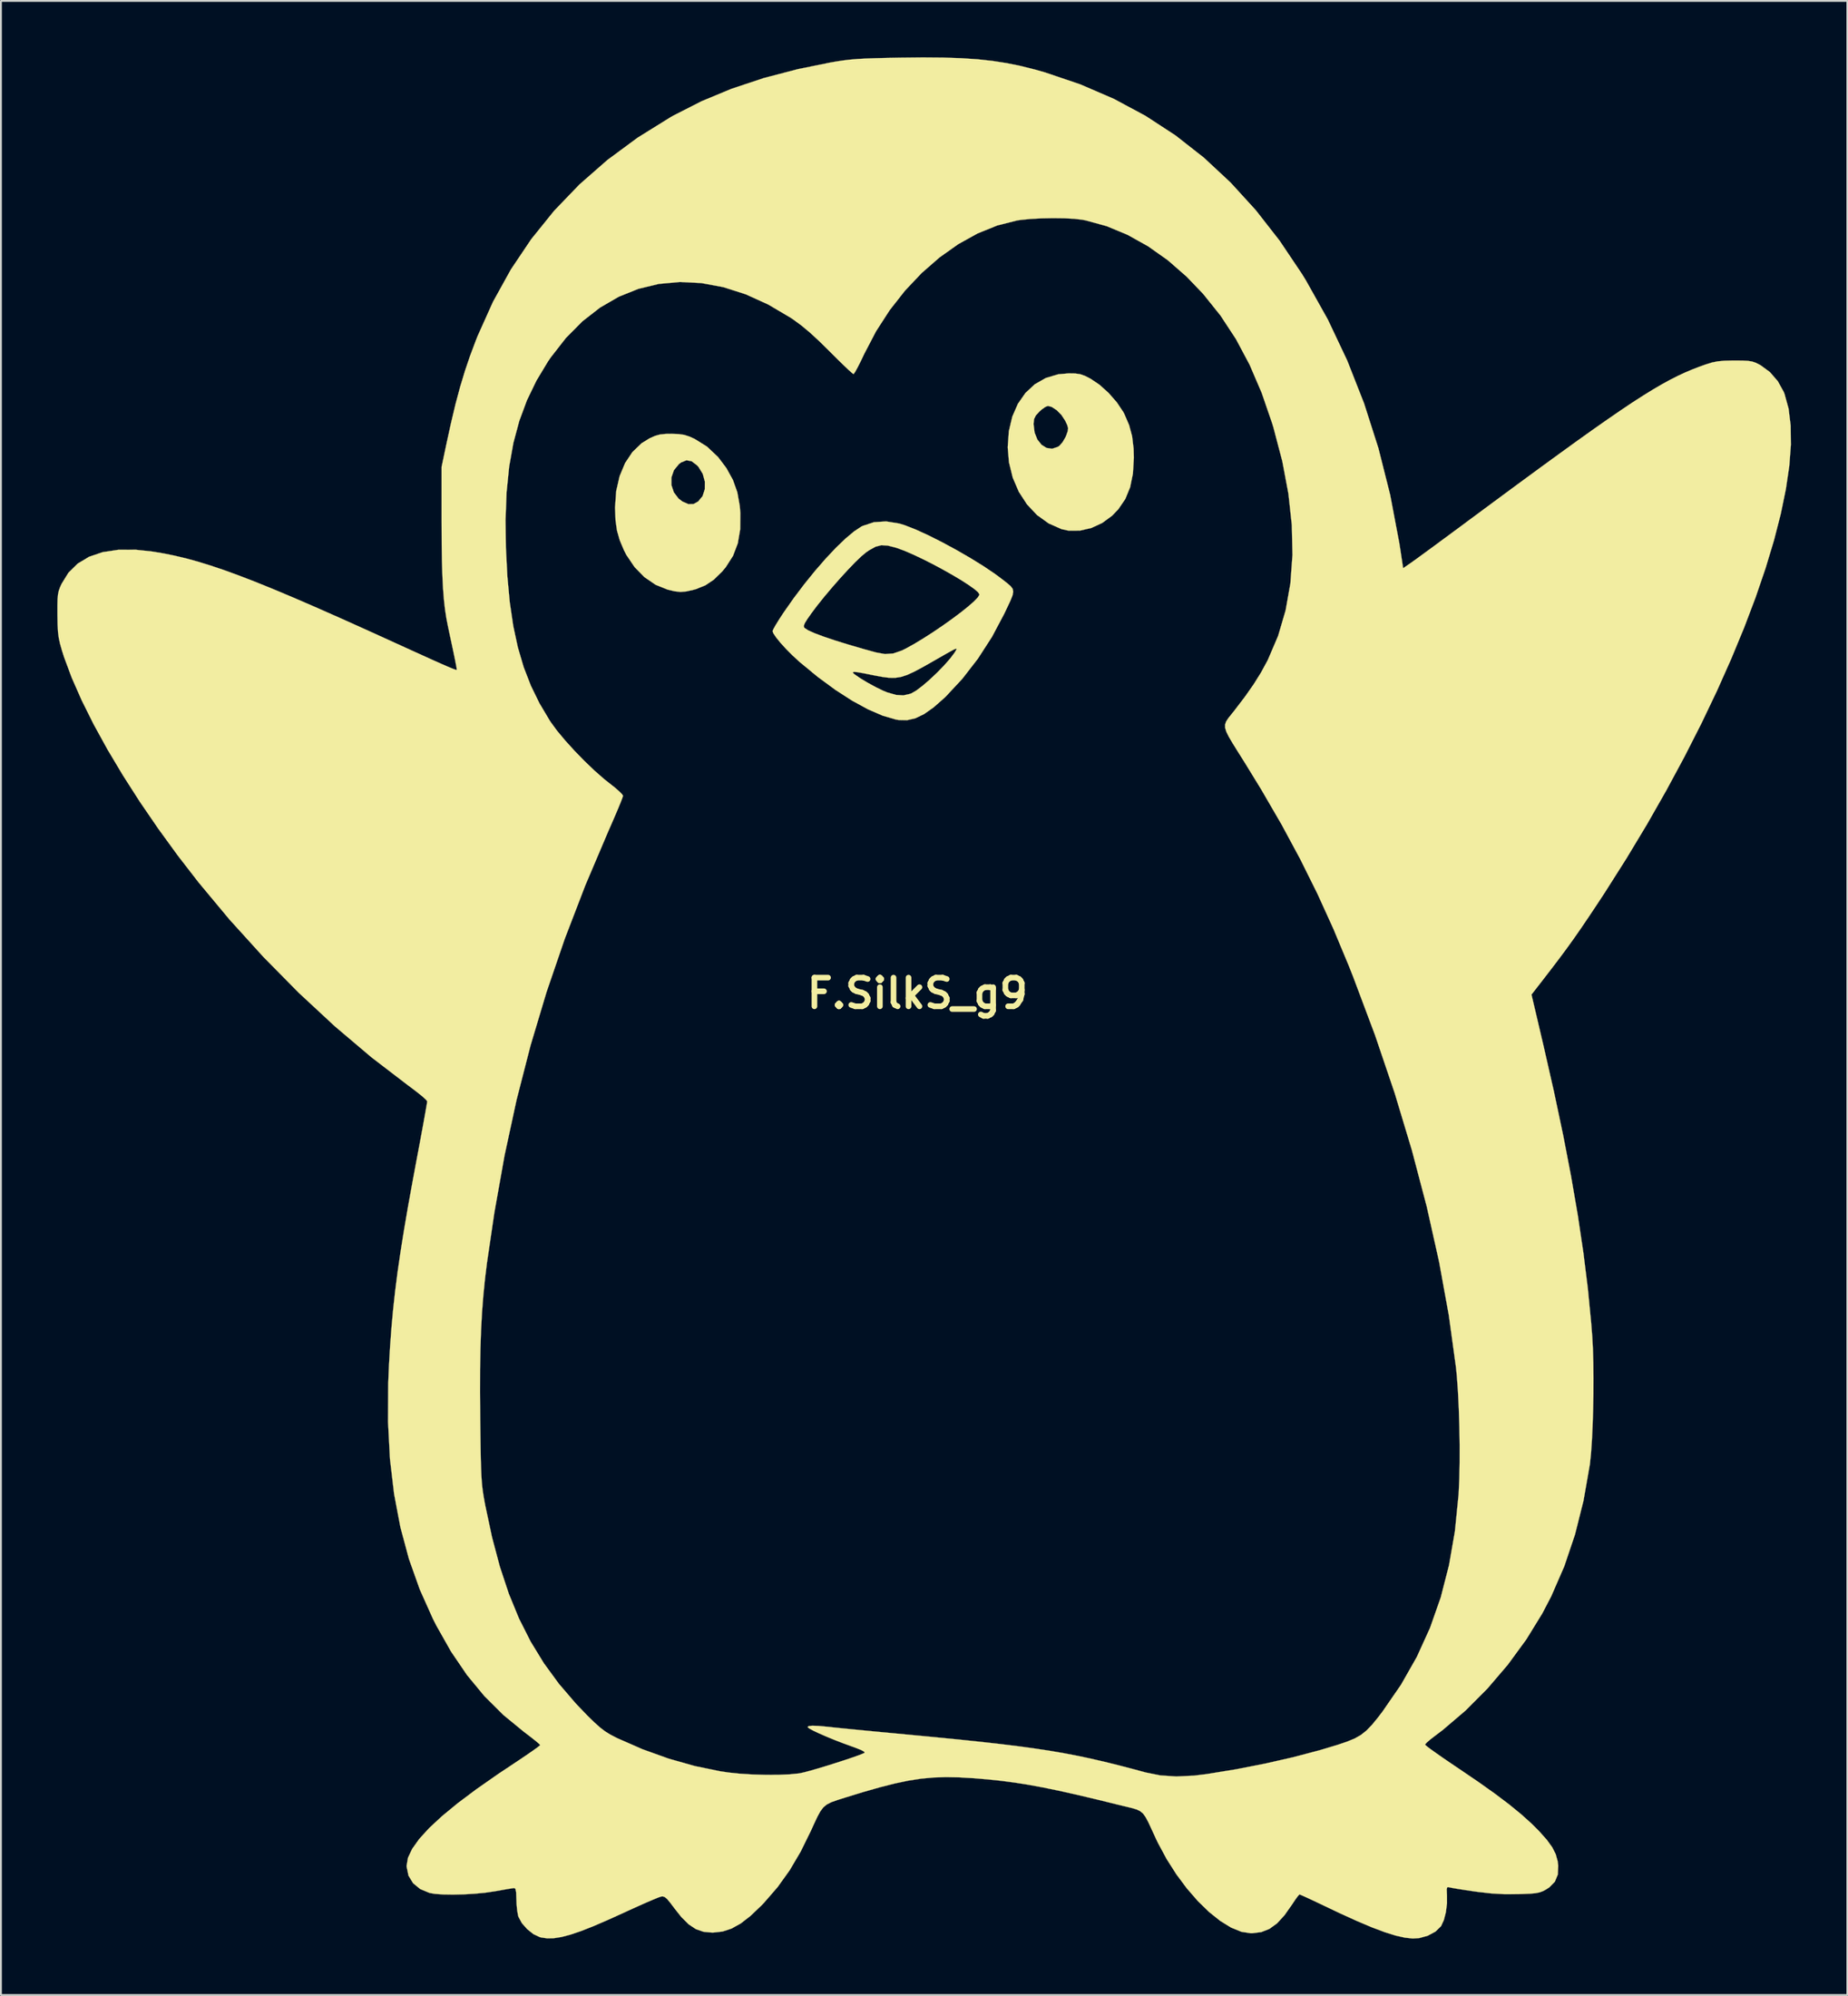
<source format=kicad_pcb>
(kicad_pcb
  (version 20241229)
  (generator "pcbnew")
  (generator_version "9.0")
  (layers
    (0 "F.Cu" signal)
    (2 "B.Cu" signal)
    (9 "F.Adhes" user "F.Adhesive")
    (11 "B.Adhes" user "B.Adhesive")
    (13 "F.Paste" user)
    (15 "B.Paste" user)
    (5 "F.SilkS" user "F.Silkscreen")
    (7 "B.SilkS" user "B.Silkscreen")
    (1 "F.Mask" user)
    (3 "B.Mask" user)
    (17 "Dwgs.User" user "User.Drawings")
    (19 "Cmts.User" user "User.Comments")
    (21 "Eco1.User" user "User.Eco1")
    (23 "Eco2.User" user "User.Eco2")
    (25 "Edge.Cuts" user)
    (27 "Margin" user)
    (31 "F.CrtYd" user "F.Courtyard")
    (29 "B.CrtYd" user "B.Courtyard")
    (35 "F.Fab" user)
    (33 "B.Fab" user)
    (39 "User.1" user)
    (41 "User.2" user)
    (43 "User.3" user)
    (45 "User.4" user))
  (footprint "F.SilkS_g9"
    (layer "F.Cu")
    (at 45.761 49.78)
    (property "Reference" "F.SilkS_g9" (at 0 0 0) (layer "F.SilkS") (effects (font (size 1.524 1.524) (thickness 0.3))))
    (attr through_hole)
    (fp_poly (pts (xy -12.695 -29.744) (xy -12.4 -29.7) (xy -12.121 -29.609) (xy -11.853 -29.487) (xy -11.196 -29.078) (xy -10.606 -28.522) (xy -10.165 -27.937) (xy -9.814 -27.301) (xy -9.581 -26.646) (xy -9.451 -25.918) (xy -9.421 -25.54) (xy -9.428 -24.687) (xy -9.556 -23.937) (xy -9.81 -23.269) (xy -10.199 -22.662) (xy -10.391 -22.433) (xy -10.833 -22.001) (xy -11.28 -21.701) (xy -11.783 -21.498) (xy -11.913 -21.462) (xy -12.297 -21.375) (xy -12.607 -21.349) (xy -12.922 -21.384) (xy -13.29 -21.472) (xy -13.93 -21.729) (xy -14.523 -22.134) (xy -15.048 -22.67) (xy -15.485 -23.317) (xy -15.615 -23.571) (xy -15.839 -24.103) (xy -15.984 -24.614) (xy -16.062 -25.165) (xy -16.087 -25.816) (xy -16.087 -25.852) (xy -16.025 -26.715) (xy -15.952 -27.034) (xy -13.088 -27.034) (xy -12.96 -26.645) (xy -12.707 -26.312) (xy -12.505 -26.158) (xy -12.184 -26.017) (xy -11.908 -26.024) (xy -11.665 -26.159) (xy -11.43 -26.444) (xy -11.311 -26.811) (xy -11.308 -27.218) (xy -11.42 -27.626) (xy -11.644 -27.994) (xy -11.726 -28.084) (xy -12.012 -28.3) (xy -12.286 -28.351) (xy -12.568 -28.239) (xy -12.688 -28.149) (xy -12.955 -27.824) (xy -13.088 -27.439) (xy -13.088 -27.034) (xy -15.952 -27.034) (xy -15.845 -27.502) (xy -15.555 -28.198) (xy -15.163 -28.787) (xy -14.675 -29.256) (xy -14.242 -29.523) (xy -13.953 -29.65) (xy -13.693 -29.722) (xy -13.39 -29.753) (xy -13.081 -29.757) (xy -12.695 -29.744)) (stroke (width 0.01) (type solid)) (fill yes) (layer "F.SilkS"))
    (fp_poly (pts (xy 8.401 -32.966) (xy 8.667 -32.927) (xy 8.916 -32.838) (xy 9.21 -32.689) (xy 9.692 -32.364) (xy 10.175 -31.928) (xy 10.611 -31.43) (xy 10.953 -30.919) (xy 11.008 -30.815) (xy 11.263 -30.224) (xy 11.424 -29.627) (xy 11.502 -28.967) (xy 11.515 -28.49) (xy 11.467 -27.643) (xy 11.318 -26.917) (xy 11.061 -26.291) (xy 10.688 -25.744) (xy 10.354 -25.398) (xy 9.832 -25.016) (xy 9.25 -24.749) (xy 8.645 -24.61) (xy 8.052 -24.606) (xy 7.673 -24.687) (xy 6.981 -24.994) (xy 6.362 -25.44) (xy 5.83 -26.006) (xy 5.396 -26.674) (xy 5.073 -27.426) (xy 4.872 -28.243) (xy 4.806 -29.041) (xy 4.866 -29.897) (xy 4.952 -30.262) (xy 6.181 -30.262) (xy 6.235 -29.822) (xy 6.382 -29.454) (xy 6.601 -29.177) (xy 6.87 -29.007) (xy 7.167 -28.963) (xy 7.469 -29.063) (xy 7.56 -29.126) (xy 7.724 -29.312) (xy 7.877 -29.574) (xy 7.92 -29.674) (xy 8 -29.901) (xy 8.018 -30.062) (xy 7.969 -30.233) (xy 7.863 -30.456) (xy 7.665 -30.759) (xy 7.411 -31.016) (xy 7.146 -31.189) (xy 6.943 -31.242) (xy 6.802 -31.186) (xy 6.604 -31.044) (xy 6.49 -30.942) (xy 6.297 -30.73) (xy 6.206 -30.541) (xy 6.181 -30.296) (xy 6.181 -30.262) (xy 4.952 -30.262) (xy 5.049 -30.672) (xy 5.346 -31.353) (xy 5.748 -31.93) (xy 6.245 -32.392) (xy 6.829 -32.726) (xy 7.49 -32.923) (xy 8.043 -32.972) (xy 8.401 -32.966)) (stroke (width 0.01) (type solid)) (fill yes) (layer "F.SilkS"))
    (fp_poly (pts (xy -0.962 -24.985) (xy -0.677 -24.898) (xy -0.102 -24.673) (xy 0.571 -24.366) (xy 1.305 -23.997) (xy 2.064 -23.587) (xy 2.812 -23.155) (xy 3.51 -22.724) (xy 4.123 -22.311) (xy 4.525 -22.011) (xy 4.781 -21.811) (xy 4.96 -21.656) (xy 5.066 -21.516) (xy 5.099 -21.362) (xy 5.06 -21.163) (xy 4.951 -20.889) (xy 4.773 -20.51) (xy 4.611 -20.17) (xy 3.967 -18.958) (xy 3.218 -17.799) (xy 2.391 -16.731) (xy 1.513 -15.789) (xy 1.423 -15.703) (xy 0.861 -15.209) (xy 0.359 -14.855) (xy -0.104 -14.631) (xy -0.548 -14.528) (xy -0.993 -14.537) (xy -1.143 -14.562) (xy -1.847 -14.767) (xy -2.629 -15.105) (xy -3.474 -15.566) (xy -4.367 -16.142) (xy -5.294 -16.823) (xy -5.601 -17.076) (xy -3.44 -17.076) (xy -3.407 -17.019) (xy -3.344 -16.967) (xy -3.037 -16.755) (xy -2.639 -16.516) (xy -2.213 -16.284) (xy -1.82 -16.093) (xy -1.601 -16.004) (xy -1.135 -15.871) (xy -0.746 -15.847) (xy -0.384 -15.93) (xy -0.317 -15.956) (xy -0.057 -16.106) (xy 0.277 -16.359) (xy 0.654 -16.684) (xy 1.044 -17.052) (xy 1.414 -17.432) (xy 1.734 -17.795) (xy 1.972 -18.11) (xy 2.045 -18.231) (xy 2.079 -18.295) (xy 2.083 -18.331) (xy 2.04 -18.328) (xy 1.93 -18.28) (xy 1.736 -18.175) (xy 1.437 -18.007) (xy 1.017 -17.766) (xy 0.856 -17.674) (xy 0.284 -17.349) (xy -0.174 -17.105) (xy -0.551 -16.933) (xy -0.879 -16.827) (xy -1.188 -16.779) (xy -1.511 -16.783) (xy -1.879 -16.831) (xy -2.325 -16.915) (xy -2.413 -16.933) (xy -2.876 -17.026) (xy -3.191 -17.08) (xy -3.373 -17.097) (xy -3.44 -17.076) (xy -5.601 -17.076) (xy -6.24 -17.602) (xy -6.287 -17.643) (xy -6.645 -17.971) (xy -6.984 -18.312) (xy -7.281 -18.638) (xy -7.515 -18.926) (xy -7.663 -19.148) (xy -7.705 -19.265) (xy -7.659 -19.376) (xy -7.558 -19.557) (xy -6.043 -19.557) (xy -6.033 -19.469) (xy -6.003 -19.43) (xy -5.819 -19.31) (xy -5.482 -19.158) (xy -5.004 -18.978) (xy -4.398 -18.773) (xy -3.675 -18.549) (xy -2.849 -18.308) (xy -2.201 -18.13) (xy -1.723 -18.044) (xy -1.287 -18.075) (xy -0.833 -18.23) (xy -0.641 -18.324) (xy -0.179 -18.579) (xy 0.321 -18.881) (xy 0.84 -19.215) (xy 1.357 -19.565) (xy 1.853 -19.918) (xy 2.306 -20.258) (xy 2.698 -20.571) (xy 3.008 -20.842) (xy 3.215 -21.057) (xy 3.301 -21.2) (xy 3.302 -21.212) (xy 3.229 -21.331) (xy 3.024 -21.508) (xy 2.709 -21.731) (xy 2.308 -21.988) (xy 1.84 -22.266) (xy 1.33 -22.553) (xy 0.799 -22.837) (xy 0.269 -23.104) (xy -0.238 -23.343) (xy -0.7 -23.542) (xy -1.094 -23.687) (xy -1.143 -23.702) (xy -1.575 -23.813) (xy -1.917 -23.834) (xy -2.228 -23.754) (xy -2.568 -23.565) (xy -2.738 -23.448) (xy -2.984 -23.243) (xy -3.311 -22.929) (xy -3.693 -22.532) (xy -4.11 -22.078) (xy -4.536 -21.592) (xy -4.95 -21.101) (xy -5.329 -20.629) (xy -5.632 -20.226) (xy -5.856 -19.907) (xy -5.989 -19.694) (xy -6.043 -19.557) (xy -7.558 -19.557) (xy -7.536 -19.595) (xy -7.354 -19.891) (xy -7.13 -20.233) (xy -7.117 -20.252) (xy -6.579 -21.019) (xy -6.015 -21.765) (xy -5.442 -22.472) (xy -4.875 -23.124) (xy -4.33 -23.702) (xy -3.822 -24.189) (xy -3.367 -24.57) (xy -2.981 -24.825) (xy -2.921 -24.856) (xy -2.32 -25.056) (xy -1.664 -25.099) (xy -0.962 -24.985)) (stroke (width 0.01) (type solid)) (fill yes) (layer "F.SilkS"))
    (fp_poly (pts (xy 1.375 -49.766) (xy 2.336 -49.734) (xy 3.205 -49.676) (xy 4.006 -49.588) (xy 4.765 -49.47) (xy 5.508 -49.318) (xy 6.259 -49.129) (xy 6.788 -48.979) (xy 8.668 -48.342) (xy 10.45 -47.573) (xy 12.137 -46.668) (xy 13.734 -45.626) (xy 15.242 -44.444) (xy 16.665 -43.118) (xy 18.007 -41.647) (xy 19.271 -40.029) (xy 20.46 -38.259) (xy 20.666 -37.924) (xy 21.835 -35.839) (xy 22.869 -33.654) (xy 23.767 -31.37) (xy 24.529 -28.988) (xy 25.153 -26.511) (xy 25.64 -23.94) (xy 25.699 -23.561) (xy 25.843 -22.611) (xy 26.235 -22.879) (xy 26.391 -22.99) (xy 26.666 -23.189) (xy 27.041 -23.463) (xy 27.499 -23.798) (xy 28.021 -24.183) (xy 28.592 -24.604) (xy 29.192 -25.048) (xy 29.252 -25.093) (xy 30.659 -26.134) (xy 31.939 -27.078) (xy 33.101 -27.931) (xy 34.154 -28.697) (xy 35.104 -29.384) (xy 35.961 -29.995) (xy 36.734 -30.536) (xy 37.429 -31.014) (xy 38.056 -31.433) (xy 38.624 -31.798) (xy 39.139 -32.116) (xy 39.611 -32.392) (xy 40.048 -32.631) (xy 40.458 -32.839) (xy 40.85 -33.021) (xy 41.232 -33.182) (xy 41.612 -33.329) (xy 41.957 -33.452) (xy 42.278 -33.551) (xy 42.585 -33.612) (xy 42.936 -33.644) (xy 43.389 -33.655) (xy 43.476 -33.655) (xy 43.895 -33.652) (xy 44.19 -33.637) (xy 44.408 -33.603) (xy 44.594 -33.54) (xy 44.795 -33.44) (xy 44.867 -33.401) (xy 45.358 -33.04) (xy 45.778 -32.555) (xy 46.093 -31.985) (xy 46.135 -31.88) (xy 46.35 -31.1) (xy 46.462 -30.195) (xy 46.474 -29.175) (xy 46.388 -28.046) (xy 46.207 -26.818) (xy 45.935 -25.498) (xy 45.574 -24.093) (xy 45.127 -22.613) (xy 44.598 -21.064) (xy 43.988 -19.455) (xy 43.301 -17.794) (xy 42.541 -16.089) (xy 41.709 -14.348) (xy 40.808 -12.578) (xy 39.843 -10.788) (xy 38.815 -8.985) (xy 37.727 -7.179) (xy 36.583 -5.375) (xy 36.195 -4.784) (xy 35.721 -4.072) (xy 35.306 -3.46) (xy 34.922 -2.909) (xy 34.541 -2.379) (xy 34.135 -1.833) (xy 33.677 -1.231) (xy 33.164 -0.567) (xy 32.672 0.066) (xy 33.306 2.763) (xy 33.866 5.223) (xy 34.357 7.544) (xy 34.78 9.739) (xy 35.139 11.822) (xy 35.435 13.808) (xy 35.671 15.709) (xy 35.849 17.541) (xy 35.906 18.268) (xy 35.94 18.907) (xy 35.961 19.651) (xy 35.969 20.465) (xy 35.966 21.317) (xy 35.95 22.173) (xy 35.924 23) (xy 35.888 23.764) (xy 35.842 24.433) (xy 35.787 24.973) (xy 35.776 25.061) (xy 35.44 26.981) (xy 34.987 28.783) (xy 34.416 30.476) (xy 33.722 32.069) (xy 33.248 32.978) (xy 32.397 34.361) (xy 31.416 35.702) (xy 30.33 36.973) (xy 29.164 38.143) (xy 27.944 39.183) (xy 27.538 39.49) (xy 27.287 39.684) (xy 27.1 39.846) (xy 27.012 39.946) (xy 27.009 39.957) (xy 27.076 40.023) (xy 27.267 40.17) (xy 27.562 40.382) (xy 27.943 40.649) (xy 28.391 40.955) (xy 28.85 41.264) (xy 29.858 41.949) (xy 30.73 42.569) (xy 31.48 43.135) (xy 32.122 43.66) (xy 32.672 44.154) (xy 33.08 44.562) (xy 33.488 45.02) (xy 33.776 45.417) (xy 33.962 45.786) (xy 34.065 46.161) (xy 34.094 46.391) (xy 34.073 46.865) (xy 33.917 47.245) (xy 33.616 47.551) (xy 33.435 47.667) (xy 33.264 47.756) (xy 33.093 47.817) (xy 32.884 47.858) (xy 32.599 47.884) (xy 32.202 47.901) (xy 31.947 47.908) (xy 31.227 47.91) (xy 30.535 47.871) (xy 29.785 47.785) (xy 29.603 47.759) (xy 29.158 47.693) (xy 28.768 47.632) (xy 28.467 47.58) (xy 28.286 47.544) (xy 28.255 47.536) (xy 28.188 47.542) (xy 28.162 47.648) (xy 28.17 47.886) (xy 28.174 47.939) (xy 28.176 48.395) (xy 28.118 48.863) (xy 28.011 49.283) (xy 27.866 49.599) (xy 27.85 49.622) (xy 27.561 49.901) (xy 27.155 50.119) (xy 26.702 50.245) (xy 26.356 50.267) (xy 25.943 50.224) (xy 25.45 50.114) (xy 24.867 49.932) (xy 24.181 49.674) (xy 23.382 49.336) (xy 22.456 48.915) (xy 21.861 48.632) (xy 21.4 48.412) (xy 20.993 48.22) (xy 20.663 48.067) (xy 20.434 47.964) (xy 20.331 47.922) (xy 20.329 47.922) (xy 20.262 47.989) (xy 20.132 48.163) (xy 19.965 48.411) (xy 19.939 48.451) (xy 19.529 49.033) (xy 19.133 49.463) (xy 18.729 49.756) (xy 18.298 49.926) (xy 17.818 49.988) (xy 17.741 49.989) (xy 17.235 49.91) (xy 16.686 49.685) (xy 16.108 49.329) (xy 15.514 48.854) (xy 14.919 48.274) (xy 14.336 47.603) (xy 13.779 46.855) (xy 13.262 46.044) (xy 12.798 45.182) (xy 12.694 44.966) (xy 12.463 44.463) (xy 12.288 44.087) (xy 12.144 43.816) (xy 12.008 43.626) (xy 11.854 43.496) (xy 11.659 43.403) (xy 11.397 43.326) (xy 11.045 43.241) (xy 10.71 43.16) (xy 9.517 42.866) (xy 8.462 42.617) (xy 7.523 42.407) (xy 6.675 42.233) (xy 5.897 42.09) (xy 5.164 41.974) (xy 4.452 41.88) (xy 3.739 41.805) (xy 3.002 41.743) (xy 2.963 41.741) (xy 2.208 41.697) (xy 1.514 41.684) (xy 0.854 41.706) (xy 0.2 41.766) (xy -0.475 41.87) (xy -1.198 42.022) (xy -1.999 42.225) (xy -2.904 42.484) (xy -3.829 42.768) (xy -4.257 42.903) (xy -4.578 43.017) (xy -4.817 43.138) (xy -5.003 43.29) (xy -5.162 43.5) (xy -5.323 43.795) (xy -5.513 44.2) (xy -5.657 44.518) (xy -6.212 45.647) (xy -6.799 46.642) (xy -7.442 47.538) (xy -8.163 48.369) (xy -8.32 48.531) (xy -8.885 49.069) (xy -9.399 49.467) (xy -9.886 49.738) (xy -10.367 49.896) (xy -10.868 49.953) (xy -10.93 49.953) (xy -11.382 49.91) (xy -11.788 49.768) (xy -12.172 49.512) (xy -12.56 49.126) (xy -12.917 48.676) (xy -13.153 48.363) (xy -13.319 48.166) (xy -13.443 48.062) (xy -13.55 48.029) (xy -13.64 48.037) (xy -13.779 48.085) (xy -14.046 48.194) (xy -14.416 48.352) (xy -14.862 48.55) (xy -15.36 48.776) (xy -15.588 48.881) (xy -16.491 49.29) (xy -17.262 49.622) (xy -17.917 49.879) (xy -18.472 50.066) (xy -18.943 50.189) (xy -19.345 50.252) (xy -19.695 50.259) (xy -20.008 50.215) (xy -20.097 50.192) (xy -20.431 50.034) (xy -20.764 49.769) (xy -21.046 49.447) (xy -21.225 49.118) (xy -21.242 49.064) (xy -21.292 48.795) (xy -21.326 48.443) (xy -21.336 48.154) (xy -21.348 47.817) (xy -21.386 47.632) (xy -21.442 47.584) (xy -21.564 47.599) (xy -21.814 47.639) (xy -22.154 47.698) (xy -22.479 47.756) (xy -22.977 47.83) (xy -23.542 47.885) (xy -24.133 47.92) (xy -24.712 47.933) (xy -25.239 47.925) (xy -25.674 47.894) (xy -25.958 47.844) (xy -26.456 47.636) (xy -26.833 47.325) (xy -27.076 46.925) (xy -27.175 46.451) (xy -27.176 46.393) (xy -27.103 45.971) (xy -26.879 45.497) (xy -26.503 44.971) (xy -25.974 44.392) (xy -25.291 43.758) (xy -24.452 43.068) (xy -23.457 42.323) (xy -22.305 41.519) (xy -21.685 41.106) (xy -21.223 40.799) (xy -20.812 40.522) (xy -20.473 40.288) (xy -20.225 40.11) (xy -20.089 40.004) (xy -20.068 39.981) (xy -20.133 39.91) (xy -20.309 39.761) (xy -20.569 39.555) (xy -20.887 39.312) (xy -20.915 39.292) (xy -22.028 38.381) (xy -23.039 37.375) (xy -23.961 36.259) (xy -24.808 35.015) (xy -25.592 33.629) (xy -25.777 33.265) (xy -26.476 31.704) (xy -27.052 30.084) (xy -27.507 28.393) (xy -27.843 26.622) (xy -28.062 24.76) (xy -28.165 22.795) (xy -28.157 21.216) (xy -23.272 21.216) (xy -23.262 22.577) (xy -23.262 22.606) (xy -23.251 23.467) (xy -23.241 24.18) (xy -23.23 24.766) (xy -23.216 25.246) (xy -23.2 25.642) (xy -23.178 25.973) (xy -23.151 26.263) (xy -23.116 26.53) (xy -23.073 26.798) (xy -23.021 27.087) (xy -22.996 27.22) (xy -22.632 28.93) (xy -22.216 30.493) (xy -21.741 31.927) (xy -21.198 33.25) (xy -20.578 34.478) (xy -19.873 35.63) (xy -19.074 36.723) (xy -18.173 37.773) (xy -17.572 38.4) (xy -17.196 38.767) (xy -16.893 39.039) (xy -16.622 39.247) (xy -16.343 39.421) (xy -16.013 39.592) (xy -15.96 39.618) (xy -14.62 40.205) (xy -13.232 40.703) (xy -11.84 41.097) (xy -10.488 41.375) (xy -10.031 41.443) (xy -9.425 41.505) (xy -8.75 41.546) (xy -8.054 41.566) (xy -7.382 41.563) (xy -6.781 41.537) (xy -6.297 41.488) (xy -6.265 41.483) (xy -6.039 41.433) (xy -5.696 41.342) (xy -5.27 41.219) (xy -4.794 41.075) (xy -4.302 40.92) (xy -3.827 40.766) (xy -3.404 40.623) (xy -3.066 40.502) (xy -2.848 40.412) (xy -2.81 40.393) (xy -2.824 40.336) (xy -2.997 40.241) (xy -3.323 40.112) (xy -3.485 40.054) (xy -3.94 39.889) (xy -4.401 39.711) (xy -4.841 39.53) (xy -5.233 39.359) (xy -5.548 39.21) (xy -5.76 39.094) (xy -5.842 39.024) (xy -5.842 39.022) (xy -5.78 38.971) (xy -5.588 38.951) (xy -5.254 38.963) (xy -4.769 39.008) (xy -4.572 39.03) (xy -4.322 39.057) (xy -3.928 39.097) (xy -3.413 39.148) (xy -2.802 39.207) (xy -2.119 39.273) (xy -1.387 39.342) (xy -0.635 39.413) (xy 0.821 39.551) (xy 2.126 39.679) (xy 3.297 39.801) (xy 4.352 39.919) (xy 5.307 40.035) (xy 6.181 40.154) (xy 6.992 40.276) (xy 7.755 40.406) (xy 8.49 40.546) (xy 9.213 40.699) (xy 9.942 40.867) (xy 10.694 41.053) (xy 11.487 41.26) (xy 12.15 41.439) (xy 12.928 41.595) (xy 13.773 41.651) (xy 14.71 41.607) (xy 15.398 41.523) (xy 16.959 41.268) (xy 18.507 40.965) (xy 20.003 40.624) (xy 21.402 40.255) (xy 22.355 39.969) (xy 22.863 39.797) (xy 23.264 39.632) (xy 23.594 39.445) (xy 23.889 39.212) (xy 24.185 38.906) (xy 24.516 38.5) (xy 24.747 38.197) (xy 25.729 36.774) (xy 26.57 35.296) (xy 27.274 33.75) (xy 27.844 32.128) (xy 28.284 30.417) (xy 28.599 28.607) (xy 28.791 26.687) (xy 28.798 26.585) (xy 28.833 25.824) (xy 28.85 24.952) (xy 28.851 24.009) (xy 28.836 23.038) (xy 28.805 22.081) (xy 28.761 21.179) (xy 28.703 20.376) (xy 28.656 19.897) (xy 28.275 17.126) (xy 27.756 14.273) (xy 27.101 11.346) (xy 26.313 8.356) (xy 25.396 5.312) (xy 24.35 2.226) (xy 23.18 -0.892) (xy 22.946 -1.482) (xy 22.133 -3.43) (xy 21.281 -5.302) (xy 20.369 -7.137) (xy 19.379 -8.973) (xy 18.29 -10.848) (xy 17.413 -12.277) (xy 17.053 -12.849) (xy 16.773 -13.298) (xy 16.569 -13.645) (xy 16.437 -13.912) (xy 16.372 -14.122) (xy 16.37 -14.296) (xy 16.427 -14.458) (xy 16.538 -14.629) (xy 16.698 -14.831) (xy 16.862 -15.035) (xy 17.426 -15.773) (xy 17.89 -16.435) (xy 18.28 -17.059) (xy 18.62 -17.684) (xy 18.648 -17.739) (xy 19.192 -19.011) (xy 19.591 -20.368) (xy 19.846 -21.805) (xy 19.956 -23.32) (xy 19.921 -24.909) (xy 19.741 -26.567) (xy 19.417 -28.292) (xy 18.947 -30.079) (xy 18.877 -30.311) (xy 18.316 -31.941) (xy 17.676 -33.431) (xy 16.949 -34.795) (xy 16.127 -36.047) (xy 15.202 -37.2) (xy 14.328 -38.112) (xy 13.328 -38.986) (xy 12.273 -39.732) (xy 11.18 -40.341) (xy 10.068 -40.803) (xy 8.955 -41.108) (xy 8.769 -41.144) (xy 8.352 -41.193) (xy 7.816 -41.222) (xy 7.213 -41.229) (xy 6.59 -41.217) (xy 5.999 -41.185) (xy 5.488 -41.133) (xy 5.305 -41.106) (xy 4.25 -40.839) (xy 3.201 -40.415) (xy 2.173 -39.845) (xy 1.178 -39.14) (xy 0.23 -38.313) (xy -0.658 -37.375) (xy -1.473 -36.337) (xy -2.201 -35.211) (xy -2.828 -34.011) (xy -3.012 -33.624) (xy -3.177 -33.298) (xy -3.307 -33.062) (xy -3.387 -32.944) (xy -3.4 -32.935) (xy -3.479 -32.993) (xy -3.658 -33.153) (xy -3.917 -33.398) (xy -4.237 -33.71) (xy -4.6 -34.071) (xy -4.679 -34.15) (xy -5.247 -34.709) (xy -5.74 -35.161) (xy -6.186 -35.531) (xy -6.616 -35.845) (xy -6.737 -35.927) (xy -7.938 -36.635) (xy -9.135 -37.178) (xy -10.323 -37.558) (xy -11.495 -37.776) (xy -12.644 -37.833) (xy -13.764 -37.73) (xy -14.848 -37.468) (xy -15.891 -37.048) (xy -16.885 -36.472) (xy -17.824 -35.741) (xy -18.702 -34.855) (xy -19.512 -33.817) (xy -19.664 -33.593) (xy -20.27 -32.587) (xy -20.775 -31.543) (xy -21.183 -30.443) (xy -21.497 -29.272) (xy -21.721 -28.013) (xy -21.859 -26.65) (xy -21.914 -25.167) (xy -21.894 -23.682) (xy -21.817 -22.164) (xy -21.688 -20.79) (xy -21.504 -19.541) (xy -21.259 -18.399) (xy -20.948 -17.345) (xy -20.566 -16.361) (xy -20.11 -15.427) (xy -19.573 -14.524) (xy -19.498 -14.41) (xy -19.171 -13.963) (xy -18.742 -13.449) (xy -18.244 -12.9) (xy -17.711 -12.353) (xy -17.175 -11.84) (xy -16.67 -11.397) (xy -16.392 -11.177) (xy -16.094 -10.942) (xy -15.855 -10.733) (xy -15.703 -10.576) (xy -15.663 -10.506) (xy -15.697 -10.396) (xy -15.789 -10.156) (xy -15.932 -9.809) (xy -16.115 -9.379) (xy -16.328 -8.89) (xy -16.437 -8.643) (xy -17.667 -5.749) (xy -18.763 -2.9) (xy -19.732 -0.069) (xy -20.584 2.774) (xy -21.325 5.657) (xy -21.964 8.609) (xy -22.508 11.658) (xy -22.9 14.319) (xy -23.008 15.196) (xy -23.096 16.068) (xy -23.165 16.959) (xy -23.216 17.895) (xy -23.25 18.9) (xy -23.269 19.998) (xy -23.272 21.216) (xy -28.157 21.216) (xy -28.154 20.719) (xy -28.114 19.77) (xy -28.054 18.754) (xy -27.981 17.775) (xy -27.893 16.809) (xy -27.786 15.834) (xy -27.657 14.826) (xy -27.502 13.763) (xy -27.32 12.62) (xy -27.107 11.375) (xy -26.859 10.005) (xy -26.664 8.959) (xy -26.531 8.253) (xy -26.409 7.598) (xy -26.301 7.012) (xy -26.211 6.514) (xy -26.142 6.125) (xy -26.097 5.862) (xy -26.081 5.744) (xy -26.081 5.742) (xy -26.147 5.655) (xy -26.328 5.491) (xy -26.598 5.272) (xy -26.933 5.017) (xy -27.076 4.912) (xy -29.039 3.409) (xy -30.993 1.755) (xy -32.917 -0.031) (xy -34.793 -1.932) (xy -36.602 -3.927) (xy -38.25 -5.906) (xy -39.346 -7.322) (xy -40.387 -8.753) (xy -41.366 -10.182) (xy -42.271 -11.595) (xy -43.096 -12.977) (xy -43.831 -14.313) (xy -44.466 -15.588) (xy -44.995 -16.788) (xy -45.407 -17.896) (xy -45.518 -18.246) (xy -45.617 -18.597) (xy -45.684 -18.907) (xy -45.725 -19.227) (xy -45.746 -19.61) (xy -45.755 -20.106) (xy -45.755 -20.151) (xy -45.756 -20.621) (xy -45.748 -20.962) (xy -45.725 -21.212) (xy -45.683 -21.411) (xy -45.616 -21.597) (xy -45.538 -21.772) (xy -45.169 -22.371) (xy -44.679 -22.854) (xy -44.072 -23.218) (xy -43.352 -23.463) (xy -42.521 -23.588) (xy -41.582 -23.591) (xy -40.709 -23.497) (xy -40.128 -23.4) (xy -39.538 -23.281) (xy -38.929 -23.137) (xy -38.29 -22.962) (xy -37.609 -22.752) (xy -36.876 -22.505) (xy -36.08 -22.214) (xy -35.209 -21.878) (xy -34.253 -21.49) (xy -33.2 -21.047) (xy -32.039 -20.545) (xy -30.76 -19.98) (xy -29.351 -19.347) (xy -27.855 -18.667) (xy -27.023 -18.288) (xy -26.333 -17.975) (xy -25.774 -17.722) (xy -25.334 -17.526) (xy -25.001 -17.381) (xy -24.764 -17.282) (xy -24.612 -17.223) (xy -24.532 -17.2) (xy -24.514 -17.202) (xy -24.511 -17.236) (xy -24.522 -17.33) (xy -24.553 -17.499) (xy -24.604 -17.761) (xy -24.681 -18.132) (xy -24.787 -18.63) (xy -24.924 -19.272) (xy -24.968 -19.479) (xy -25.059 -19.941) (xy -25.133 -20.423) (xy -25.192 -20.946) (xy -25.238 -21.531) (xy -25.272 -22.198) (xy -25.296 -22.969) (xy -25.309 -23.864) (xy -25.314 -24.903) (xy -25.315 -25.111) (xy -25.315 -27.998) (xy -25.058 -29.218) (xy -24.81 -30.349) (xy -24.572 -31.347) (xy -24.331 -32.246) (xy -24.079 -33.081) (xy -23.806 -33.888) (xy -23.501 -34.7) (xy -23.4 -34.956) (xy -22.58 -36.78) (xy -21.628 -38.499) (xy -20.544 -40.112) (xy -19.328 -41.619) (xy -17.979 -43.021) (xy -16.498 -44.318) (xy -14.885 -45.509) (xy -13.139 -46.594) (xy -12.971 -46.689) (xy -11.484 -47.446) (xy -9.895 -48.106) (xy -8.192 -48.674) (xy -6.362 -49.152) (xy -4.657 -49.499) (xy -4.272 -49.566) (xy -3.92 -49.618) (xy -3.572 -49.659) (xy -3.197 -49.691) (xy -2.767 -49.715) (xy -2.253 -49.734) (xy -1.626 -49.749) (xy -0.925 -49.762) (xy 0.297 -49.775) (xy 1.375 -49.766)) (stroke (width 0.01) (type solid)) (fill yes) (layer "F.SilkS")))
  (gr_rect
    (start -3 -3)
    (end 95.239 103.052)
    (stroke (width 0.1) (type default))
    (fill no)
    (layer "Edge.Cuts")))
</source>
